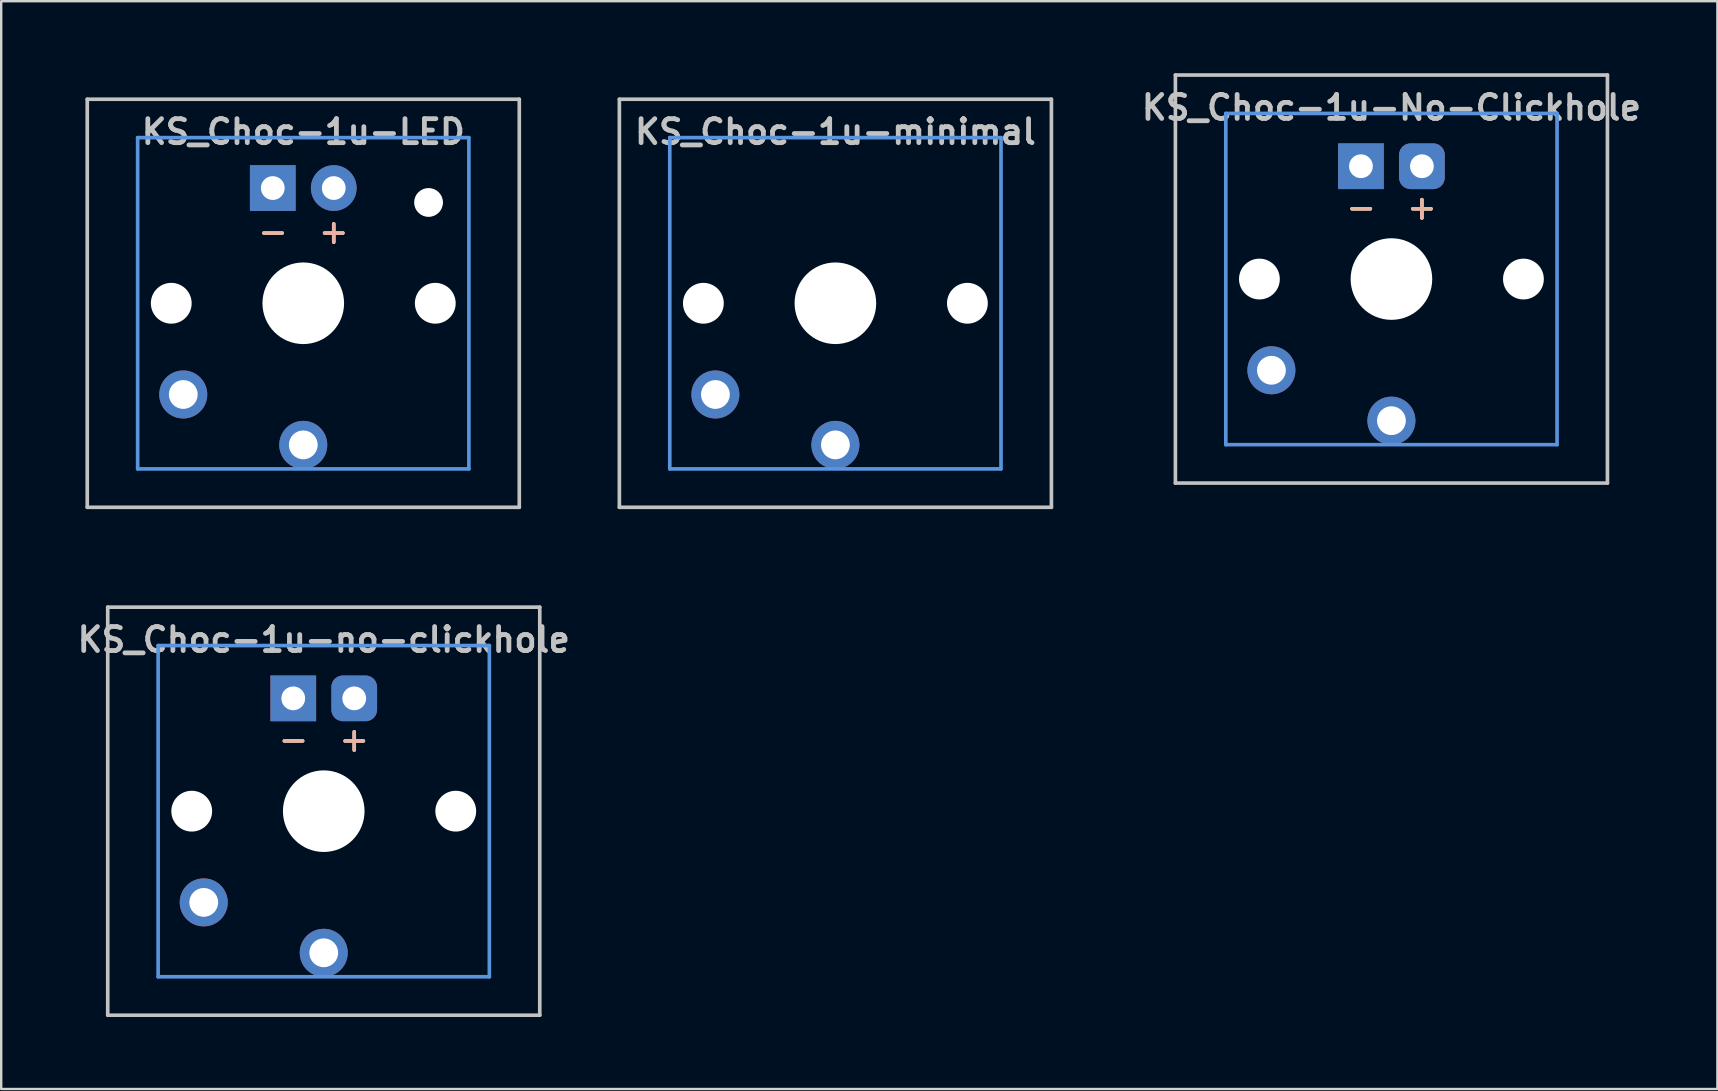
<source format=kicad_pcb>
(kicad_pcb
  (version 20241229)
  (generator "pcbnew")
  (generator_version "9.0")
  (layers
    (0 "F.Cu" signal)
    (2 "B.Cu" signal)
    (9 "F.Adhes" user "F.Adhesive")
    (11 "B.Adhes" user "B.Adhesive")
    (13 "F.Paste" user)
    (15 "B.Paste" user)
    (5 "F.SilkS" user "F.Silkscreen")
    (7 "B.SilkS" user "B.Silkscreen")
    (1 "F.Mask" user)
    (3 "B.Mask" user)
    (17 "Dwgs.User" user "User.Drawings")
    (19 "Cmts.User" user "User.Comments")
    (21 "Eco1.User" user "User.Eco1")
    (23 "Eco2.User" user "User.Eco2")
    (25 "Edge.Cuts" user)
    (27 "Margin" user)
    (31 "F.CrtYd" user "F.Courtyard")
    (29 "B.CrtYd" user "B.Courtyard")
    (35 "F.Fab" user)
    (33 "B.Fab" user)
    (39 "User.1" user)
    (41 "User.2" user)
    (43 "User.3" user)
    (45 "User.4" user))
  (footprint "KS_Choc-1u-no-clickhole"
    (layer "F.Cu")
    (at 10.438 30.746)
    (property "Reference" "KS_Choc-1u-no-clickhole" (at 0 -7.144 180) (layer "Dwgs.User") (effects (font (size 1 1) (thickness 0.2))))
    (attr through_hole)
    (fp_line (start -9 -8.5) (end 9 -8.5) (stroke (width 0.152) (type solid)) (layer "Dwgs.User"))
    (fp_line (start -9 8.5) (end -9 -8.5) (stroke (width 0.152) (type solid)) (layer "Dwgs.User"))
    (fp_line (start 9 -8.5) (end 9 8.5) (stroke (width 0.152) (type solid)) (layer "Dwgs.User"))
    (fp_line (start 9 8.5) (end -9 8.5) (stroke (width 0.152) (type solid)) (layer "Dwgs.User"))
    (fp_line (start -6.9 -6.9) (end 6.9 -6.9) (stroke (width 0.152) (type solid)) (layer "Cmts.User"))
    (fp_line (start -6.9 6.9) (end -6.9 -6.9) (stroke (width 0.152) (type solid)) (layer "Cmts.User"))
    (fp_line (start 6.9 -6.9) (end 6.9 6.9) (stroke (width 0.152) (type solid)) (layer "Cmts.User"))
    (fp_line (start 6.9 6.9) (end -6.9 6.9) (stroke (width 0.152) (type solid)) (layer "Cmts.User"))
    (fp_line (start -7.5 -7.5) (end 7.5 -7.5) (stroke (width 0.152) (type solid)) (layer "Eco2.User"))
    (fp_line (start -7.5 7.5) (end -7.5 -7.5) (stroke (width 0.152) (type solid)) (layer "Eco2.User"))
    (fp_line (start 7.5 -7.5) (end 7.5 7.5) (stroke (width 0.152) (type solid)) (layer "Eco2.User"))
    (fp_line (start 7.5 7.5) (end -7.5 7.5) (stroke (width 0.152) (type solid)) (layer "Eco2.User"))
    (fp_text user "+" (at 1.27 -3 180) (layer "F.SilkS") (effects (font (size 1 1) (thickness 0.15))))
    (fp_text user "-" (at -1.26 -3 180) (layer "F.SilkS") (effects (font (size 1 1) (thickness 0.15))))
    (fp_text user "-" (at -1.26 -3 180) (layer "B.SilkS") (effects (font (size 1 1) (thickness 0.15)) (justify mirror)))
    (fp_text user "+" (at 1.27 -3 180) (layer "B.SilkS") (effects (font (size 1 1) (thickness 0.15)) (justify mirror)))
    (pad "" np_thru_hole circle (at -5.5 0 180) (size 1.7 1.7) (drill 1.7) (layers "*.Cu" "*.Mask"))
    (pad "" np_thru_hole circle (at 0 0 180) (size 3.4 3.4) (drill 3.4) (layers "*.Cu" "*.Mask"))
    (pad "" np_thru_hole circle (at 5.5 0 180) (size 1.7 1.7) (drill 1.7) (layers "*.Cu" "*.Mask"))
    (pad "1" thru_hole circle (at 0 5.9 180) (size 2 2) (drill 1.2) (layers "*.Cu" "*.Mask"))
    (pad "2" thru_hole circle (at -5 3.8 41.9) (size 2 2) (drill 1.2) (layers "*.Cu" "*.Mask"))
    (pad "3" thru_hole roundrect (at 1.27 -4.7 180) (size 1.905 1.905) (drill 0.991) (layers "*.Cu" "*.Mask") (roundrect_rratio 0.25))
    (pad "4" thru_hole rect (at -1.27 -4.7 180) (size 1.905 1.905) (drill 0.991) (layers "*.Cu" "*.Mask")))
  (footprint "KS_Choc-1u-minimal"
    (layer "F.Cu")
    (at 31.755 9.585)
    (property "Reference" "KS_Choc-1u-minimal" (at 0 -7.144 180) (layer "Dwgs.User") (effects (font (size 1 1) (thickness 0.2))))
    (attr through_hole)
    (fp_line (start -9 -8.5) (end 9 -8.5) (stroke (width 0.152) (type solid)) (layer "Dwgs.User"))
    (fp_line (start -9 8.5) (end -9 -8.5) (stroke (width 0.152) (type solid)) (layer "Dwgs.User"))
    (fp_line (start 9 -8.5) (end 9 8.5) (stroke (width 0.152) (type solid)) (layer "Dwgs.User"))
    (fp_line (start 9 8.5) (end -9 8.5) (stroke (width 0.152) (type solid)) (layer "Dwgs.User"))
    (fp_line (start -6.9 -6.9) (end 6.9 -6.9) (stroke (width 0.152) (type solid)) (layer "Cmts.User"))
    (fp_line (start -6.9 6.9) (end -6.9 -6.9) (stroke (width 0.152) (type solid)) (layer "Cmts.User"))
    (fp_line (start 6.9 -6.9) (end 6.9 6.9) (stroke (width 0.152) (type solid)) (layer "Cmts.User"))
    (fp_line (start 6.9 6.9) (end -6.9 6.9) (stroke (width 0.152) (type solid)) (layer "Cmts.User"))
    (fp_line (start -9.525 -9.525) (end -9.525 9.525) (stroke (width 0.12) (type solid)) (layer "Eco1.User"))
    (fp_line (start -9.525 -9.525) (end 9.525 -9.525) (stroke (width 0.12) (type solid)) (layer "Eco1.User"))
    (fp_line (start -9.525 9.525) (end 9.525 9.525) (stroke (width 0.12) (type solid)) (layer "Eco1.User"))
    (fp_line (start 9.525 -9.525) (end 9.525 9.525) (stroke (width 0.12) (type solid)) (layer "Eco1.User"))
    (fp_line (start -7.5 -7.5) (end 7.5 -7.5) (stroke (width 0.152) (type solid)) (layer "Eco2.User"))
    (fp_line (start -7.5 7.5) (end -7.5 -7.5) (stroke (width 0.152) (type solid)) (layer "Eco2.User"))
    (fp_line (start 7.5 -7.5) (end 7.5 7.5) (stroke (width 0.152) (type solid)) (layer "Eco2.User"))
    (fp_line (start 7.5 7.5) (end -7.5 7.5) (stroke (width 0.152) (type solid)) (layer "Eco2.User"))
    (pad "" np_thru_hole circle (at -5.5 0 180) (size 1.7 1.7) (drill 1.7) (layers "*.Cu" "*.Mask"))
    (pad "" np_thru_hole circle (at 0 0 180) (size 3.4 3.4) (drill 3.4) (layers "*.Cu" "*.Mask"))
    (pad "" np_thru_hole circle (at 5.5 0 180) (size 1.7 1.7) (drill 1.7) (layers "*.Cu" "*.Mask"))
    (pad "1" thru_hole circle (at 0 5.9 180) (size 2 2) (drill 1.2) (layers "*.Cu" "*.Mask"))
    (pad "2" thru_hole circle (at -5 3.8 41.9) (size 2 2) (drill 1.2) (layers "*.Cu" "*.Mask")))
  (footprint "KS_Choc-1u-No-Clickhole"
    (layer "F.Cu")
    (at 54.921 8.576)
    (property "Reference" "KS_Choc-1u-No-Clickhole" (at 0 -7.144 180) (layer "Dwgs.User") (effects (font (size 1 1) (thickness 0.2))))
    (attr through_hole)
    (fp_line (start -9 -8.5) (end 9 -8.5) (stroke (width 0.152) (type solid)) (layer "Dwgs.User"))
    (fp_line (start -9 8.5) (end -9 -8.5) (stroke (width 0.152) (type solid)) (layer "Dwgs.User"))
    (fp_line (start 9 -8.5) (end 9 8.5) (stroke (width 0.152) (type solid)) (layer "Dwgs.User"))
    (fp_line (start 9 8.5) (end -9 8.5) (stroke (width 0.152) (type solid)) (layer "Dwgs.User"))
    (fp_line (start -6.9 -6.9) (end 6.9 -6.9) (stroke (width 0.152) (type solid)) (layer "Cmts.User"))
    (fp_line (start -6.9 6.9) (end -6.9 -6.9) (stroke (width 0.152) (type solid)) (layer "Cmts.User"))
    (fp_line (start 6.9 -6.9) (end 6.9 6.9) (stroke (width 0.152) (type solid)) (layer "Cmts.User"))
    (fp_line (start 6.9 6.9) (end -6.9 6.9) (stroke (width 0.152) (type solid)) (layer "Cmts.User"))
    (fp_line (start -7.5 -7.5) (end 7.5 -7.5) (stroke (width 0.152) (type solid)) (layer "Eco2.User"))
    (fp_line (start -7.5 7.5) (end -7.5 -7.5) (stroke (width 0.152) (type solid)) (layer "Eco2.User"))
    (fp_line (start 7.5 -7.5) (end 7.5 7.5) (stroke (width 0.152) (type solid)) (layer "Eco2.User"))
    (fp_line (start 7.5 7.5) (end -7.5 7.5) (stroke (width 0.152) (type solid)) (layer "Eco2.User"))
    (fp_text user "+" (at 1.27 -3 180) (layer "F.SilkS") (effects (font (size 1 1) (thickness 0.15))))
    (fp_text user "-" (at -1.26 -3 180) (layer "F.SilkS") (effects (font (size 1 1) (thickness 0.15))))
    (fp_text user "-" (at -1.26 -3 180) (layer "B.SilkS") (effects (font (size 1 1) (thickness 0.15)) (justify mirror)))
    (fp_text user "+" (at 1.27 -3 180) (layer "B.SilkS") (effects (font (size 1 1) (thickness 0.15)) (justify mirror)))
    (pad "" np_thru_hole circle (at -5.5 0 180) (size 1.7 1.7) (drill 1.7) (layers "*.Cu" "*.Mask"))
    (pad "" np_thru_hole circle (at 0 0 180) (size 3.4 3.4) (drill 3.4) (layers "*.Cu" "*.Mask"))
    (pad "" np_thru_hole circle (at 5.5 0 180) (size 1.7 1.7) (drill 1.7) (layers "*.Cu" "*.Mask"))
    (pad "1" thru_hole circle (at 0 5.9 180) (size 2 2) (drill 1.2) (layers "*.Cu" "*.Mask"))
    (pad "2" thru_hole circle (at -5 3.8 41.9) (size 2 2) (drill 1.2) (layers "*.Cu" "*.Mask"))
    (pad "3" thru_hole roundrect (at 1.27 -4.7 180) (size 1.905 1.905) (drill 0.991) (layers "*.Cu" "*.Mask") (roundrect_rratio 0.25))
    (pad "4" thru_hole rect (at -1.27 -4.7 180) (size 1.905 1.905) (drill 0.991) (layers "*.Cu" "*.Mask")))
  (footprint "KS_Choc-1u-LED"
    (layer "F.Cu")
    (at 9.585 9.585)
    (property "Reference" "KS_Choc-1u-LED" (at 0 -7.144 180) (layer "Dwgs.User") (effects (font (size 1 1) (thickness 0.2))))
    (attr through_hole)
    (fp_line (start -9 -8.5) (end 9 -8.5) (stroke (width 0.152) (type solid)) (layer "Dwgs.User"))
    (fp_line (start -9 8.5) (end -9 -8.5) (stroke (width 0.152) (type solid)) (layer "Dwgs.User"))
    (fp_line (start 9 -8.5) (end 9 8.5) (stroke (width 0.152) (type solid)) (layer "Dwgs.User"))
    (fp_line (start 9 8.5) (end -9 8.5) (stroke (width 0.152) (type solid)) (layer "Dwgs.User"))
    (fp_line (start -6.9 -6.9) (end 6.9 -6.9) (stroke (width 0.152) (type solid)) (layer "Cmts.User"))
    (fp_line (start -6.9 6.9) (end -6.9 -6.9) (stroke (width 0.152) (type solid)) (layer "Cmts.User"))
    (fp_line (start 6.9 -6.9) (end 6.9 6.9) (stroke (width 0.152) (type solid)) (layer "Cmts.User"))
    (fp_line (start 6.9 6.9) (end -6.9 6.9) (stroke (width 0.152) (type solid)) (layer "Cmts.User"))
    (fp_line (start -9.525 -9.525) (end -9.525 9.525) (stroke (width 0.12) (type solid)) (layer "Eco1.User"))
    (fp_line (start -9.525 -9.525) (end 9.525 -9.525) (stroke (width 0.12) (type solid)) (layer "Eco1.User"))
    (fp_line (start -9.525 9.525) (end 9.525 9.525) (stroke (width 0.12) (type solid)) (layer "Eco1.User"))
    (fp_line (start 9.525 -9.525) (end 9.525 9.525) (stroke (width 0.12) (type solid)) (layer "Eco1.User"))
    (fp_line (start -7.5 -7.5) (end 7.5 -7.5) (stroke (width 0.152) (type solid)) (layer "Eco2.User"))
    (fp_line (start -7.5 7.5) (end -7.5 -7.5) (stroke (width 0.152) (type solid)) (layer "Eco2.User"))
    (fp_line (start 7.5 -7.5) (end 7.5 7.5) (stroke (width 0.152) (type solid)) (layer "Eco2.User"))
    (fp_line (start 7.5 7.5) (end -7.5 7.5) (stroke (width 0.152) (type solid)) (layer "Eco2.User"))
    (fp_text user "-" (at -1.26 -3 180) (layer "F.SilkS") (effects (font (size 1 1) (thickness 0.15))))
    (fp_text user "+" (at 1.27 -3 180) (layer "F.SilkS") (effects (font (size 1 1) (thickness 0.15))))
    (fp_text user "+" (at 1.27 -3 180) (layer "B.SilkS") (effects (font (size 1 1) (thickness 0.15)) (justify mirror)))
    (fp_text user "-" (at -1.26 -3 180) (layer "B.SilkS") (effects (font (size 1 1) (thickness 0.15)) (justify mirror)))
    (pad "" np_thru_hole circle (at -5.5 0 180) (size 1.7 1.7) (drill 1.7) (layers "*.Cu" "*.Mask"))
    (pad "" np_thru_hole circle (at 0 0 180) (size 3.4 3.4) (drill 3.4) (layers "*.Cu" "*.Mask"))
    (pad "" np_thru_hole circle (at 5.22 -4.2 180) (size 1.2 1.2) (drill 1.2) (layers "*.Cu" "*.Mask"))
    (pad "" np_thru_hole circle (at 5.5 0 180) (size 1.7 1.7) (drill 1.7) (layers "*.Cu" "*.Mask"))
    (pad "1" thru_hole circle (at 0 5.9 180) (size 2 2) (drill 1.2) (layers "*.Cu" "*.Mask"))
    (pad "2" thru_hole circle (at -5 3.8 41.9) (size 2 2) (drill 1.2) (layers "*.Cu" "*.Mask"))
    (pad "3" thru_hole circle (at 1.27 -4.8 180) (size 1.905 1.905) (drill 0.991) (layers "*.Cu" "*.Mask"))
    (pad "4" thru_hole rect (at -1.27 -4.8 180) (size 1.905 1.905) (drill 0.991) (layers "*.Cu" "*.Mask")))
  (gr_rect
    (start -3 -3)
    (end 68.502 42.322)
    (stroke (width 0.1) (type default))
    (fill no)
    (layer "Edge.Cuts")))
</source>
